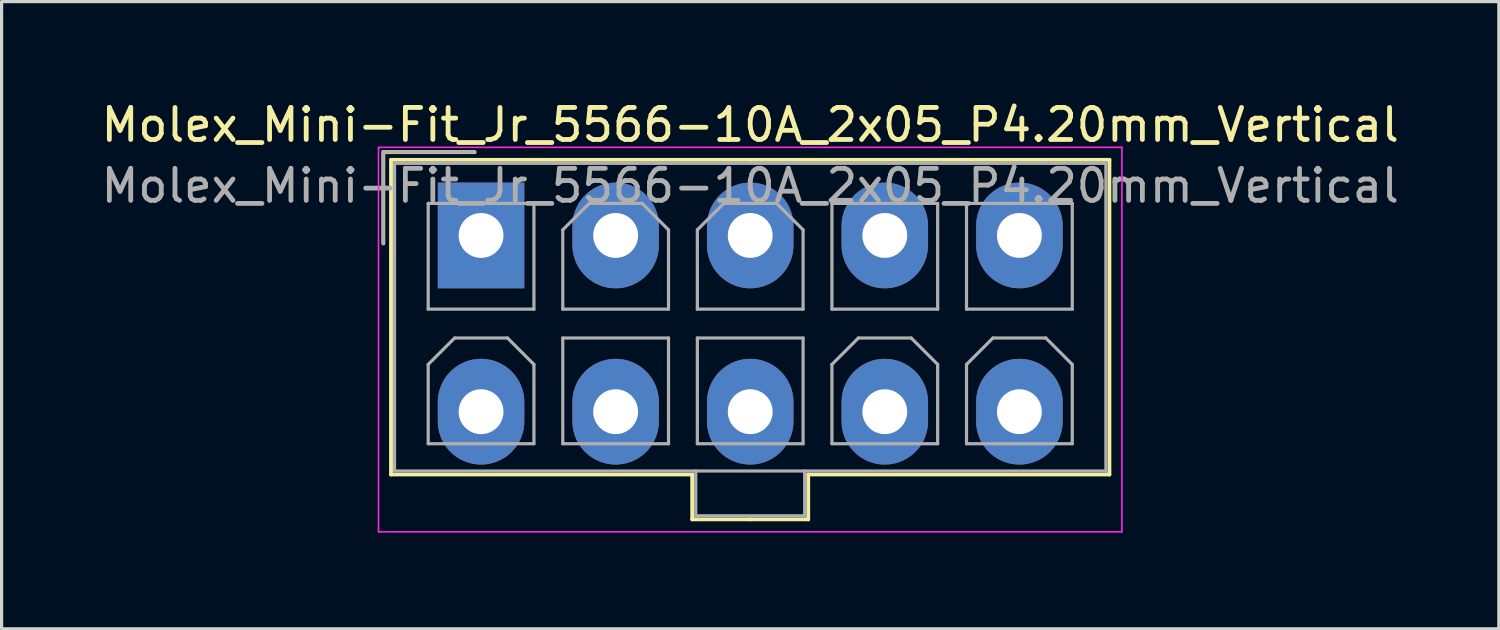
<source format=kicad_pcb>
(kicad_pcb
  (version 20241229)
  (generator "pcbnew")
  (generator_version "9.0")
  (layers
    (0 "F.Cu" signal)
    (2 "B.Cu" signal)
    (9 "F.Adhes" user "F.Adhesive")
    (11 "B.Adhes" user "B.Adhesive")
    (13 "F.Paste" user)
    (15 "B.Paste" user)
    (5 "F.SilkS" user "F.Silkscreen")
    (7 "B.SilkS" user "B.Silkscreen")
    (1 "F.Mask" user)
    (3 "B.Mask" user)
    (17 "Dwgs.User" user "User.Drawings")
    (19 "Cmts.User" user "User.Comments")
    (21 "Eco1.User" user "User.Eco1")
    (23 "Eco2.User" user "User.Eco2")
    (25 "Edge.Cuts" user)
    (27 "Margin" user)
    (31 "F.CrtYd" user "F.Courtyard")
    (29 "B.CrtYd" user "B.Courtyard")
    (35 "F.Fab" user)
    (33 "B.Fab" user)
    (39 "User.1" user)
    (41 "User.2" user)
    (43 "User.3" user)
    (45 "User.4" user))
  (footprint "Molex_Mini-Fit_Jr_5566-10A_2x05_P4.20mm_Vertical"
    (layer "F.Cu")
    (at 11.963 4.298)
    (property "Reference" "Molex_Mini-Fit_Jr_5566-10A_2x05_P4.20mm_Vertical" (at 8.4 -3.45 0) (layer "F.SilkS") (effects (font (size 1 1) (thickness 0.15))))
    (attr through_hole)
    (fp_line (start -3.05 -2.6) (end -3.05 0.25) (stroke (width 0.12) (type solid)) (layer "F.SilkS"))
    (fp_line (start -2.81 -2.36) (end -2.81 7.46) (stroke (width 0.12) (type solid)) (layer "F.SilkS"))
    (fp_line (start -2.81 7.46) (end 6.59 7.46) (stroke (width 0.12) (type solid)) (layer "F.SilkS"))
    (fp_line (start -0.2 -2.6) (end -3.05 -2.6) (stroke (width 0.12) (type solid)) (layer "F.SilkS"))
    (fp_line (start 6.59 7.46) (end 6.59 8.86) (stroke (width 0.12) (type solid)) (layer "F.SilkS"))
    (fp_line (start 6.59 8.86) (end 8.4 8.86) (stroke (width 0.12) (type solid)) (layer "F.SilkS"))
    (fp_line (start 8.4 -2.36) (end -2.81 -2.36) (stroke (width 0.12) (type solid)) (layer "F.SilkS"))
    (fp_line (start 8.4 -2.36) (end 19.61 -2.36) (stroke (width 0.12) (type solid)) (layer "F.SilkS"))
    (fp_line (start 10.21 7.46) (end 10.21 8.86) (stroke (width 0.12) (type solid)) (layer "F.SilkS"))
    (fp_line (start 10.21 8.86) (end 8.4 8.86) (stroke (width 0.12) (type solid)) (layer "F.SilkS"))
    (fp_line (start 19.61 -2.36) (end 19.61 7.46) (stroke (width 0.12) (type solid)) (layer "F.SilkS"))
    (fp_line (start 19.61 7.46) (end 10.21 7.46) (stroke (width 0.12) (type solid)) (layer "F.SilkS"))
    (fp_line (start -3.2 -2.75) (end -3.2 9.25) (stroke (width 0.05) (type solid)) (layer "F.CrtYd"))
    (fp_line (start -3.2 9.25) (end 20 9.25) (stroke (width 0.05) (type solid)) (layer "F.CrtYd"))
    (fp_line (start 20 -2.75) (end -3.2 -2.75) (stroke (width 0.05) (type solid)) (layer "F.CrtYd"))
    (fp_line (start 20 9.25) (end 20 -2.75) (stroke (width 0.05) (type solid)) (layer "F.CrtYd"))
    (fp_line (start -3.05 -2.6) (end -3.05 0.25) (stroke (width 0.1) (type solid)) (layer "F.Fab"))
    (fp_line (start -2.7 -2.25) (end -2.7 7.35) (stroke (width 0.1) (type solid)) (layer "F.Fab"))
    (fp_line (start -2.7 7.35) (end 19.5 7.35) (stroke (width 0.1) (type solid)) (layer "F.Fab"))
    (fp_line (start -1.65 -1) (end -1.65 2.3) (stroke (width 0.1) (type solid)) (layer "F.Fab"))
    (fp_line (start -1.65 2.3) (end 1.65 2.3) (stroke (width 0.1) (type solid)) (layer "F.Fab"))
    (fp_line (start -1.65 4.025) (end -0.825 3.2) (stroke (width 0.1) (type solid)) (layer "F.Fab"))
    (fp_line (start -1.65 6.5) (end -1.65 4.025) (stroke (width 0.1) (type solid)) (layer "F.Fab"))
    (fp_line (start -0.825 3.2) (end 0.825 3.2) (stroke (width 0.1) (type solid)) (layer "F.Fab"))
    (fp_line (start -0.2 -2.6) (end -3.05 -2.6) (stroke (width 0.1) (type solid)) (layer "F.Fab"))
    (fp_line (start 0.825 3.2) (end 1.65 4.025) (stroke (width 0.1) (type solid)) (layer "F.Fab"))
    (fp_line (start 1.65 -1) (end -1.65 -1) (stroke (width 0.1) (type solid)) (layer "F.Fab"))
    (fp_line (start 1.65 2.3) (end 1.65 -1) (stroke (width 0.1) (type solid)) (layer "F.Fab"))
    (fp_line (start 1.65 4.025) (end 1.65 6.5) (stroke (width 0.1) (type solid)) (layer "F.Fab"))
    (fp_line (start 1.65 6.5) (end -1.65 6.5) (stroke (width 0.1) (type solid)) (layer "F.Fab"))
    (fp_line (start 2.55 -0.175) (end 3.375 -1) (stroke (width 0.1) (type solid)) (layer "F.Fab"))
    (fp_line (start 2.55 2.3) (end 2.55 -0.175) (stroke (width 0.1) (type solid)) (layer "F.Fab"))
    (fp_line (start 2.55 3.2) (end 2.55 6.5) (stroke (width 0.1) (type solid)) (layer "F.Fab"))
    (fp_line (start 2.55 6.5) (end 5.85 6.5) (stroke (width 0.1) (type solid)) (layer "F.Fab"))
    (fp_line (start 3.375 -1) (end 5.025 -1) (stroke (width 0.1) (type solid)) (layer "F.Fab"))
    (fp_line (start 5.025 -1) (end 5.85 -0.175) (stroke (width 0.1) (type solid)) (layer "F.Fab"))
    (fp_line (start 5.85 -0.175) (end 5.85 2.3) (stroke (width 0.1) (type solid)) (layer "F.Fab"))
    (fp_line (start 5.85 2.3) (end 2.55 2.3) (stroke (width 0.1) (type solid)) (layer "F.Fab"))
    (fp_line (start 5.85 3.2) (end 2.55 3.2) (stroke (width 0.1) (type solid)) (layer "F.Fab"))
    (fp_line (start 5.85 6.5) (end 5.85 3.2) (stroke (width 0.1) (type solid)) (layer "F.Fab"))
    (fp_line (start 6.7 7.35) (end 6.7 8.75) (stroke (width 0.1) (type solid)) (layer "F.Fab"))
    (fp_line (start 6.7 8.75) (end 10.1 8.75) (stroke (width 0.1) (type solid)) (layer "F.Fab"))
    (fp_line (start 6.75 -0.175) (end 7.575 -1) (stroke (width 0.1) (type solid)) (layer "F.Fab"))
    (fp_line (start 6.75 2.3) (end 6.75 -0.175) (stroke (width 0.1) (type solid)) (layer "F.Fab"))
    (fp_line (start 6.75 3.2) (end 6.75 6.5) (stroke (width 0.1) (type solid)) (layer "F.Fab"))
    (fp_line (start 6.75 6.5) (end 10.05 6.5) (stroke (width 0.1) (type solid)) (layer "F.Fab"))
    (fp_line (start 7.575 -1) (end 9.225 -1) (stroke (width 0.1) (type solid)) (layer "F.Fab"))
    (fp_line (start 9.225 -1) (end 10.05 -0.175) (stroke (width 0.1) (type solid)) (layer "F.Fab"))
    (fp_line (start 10.05 -0.175) (end 10.05 2.3) (stroke (width 0.1) (type solid)) (layer "F.Fab"))
    (fp_line (start 10.05 2.3) (end 6.75 2.3) (stroke (width 0.1) (type solid)) (layer "F.Fab"))
    (fp_line (start 10.05 3.2) (end 6.75 3.2) (stroke (width 0.1) (type solid)) (layer "F.Fab"))
    (fp_line (start 10.05 6.5) (end 10.05 3.2) (stroke (width 0.1) (type solid)) (layer "F.Fab"))
    (fp_line (start 10.1 8.75) (end 10.1 7.35) (stroke (width 0.1) (type solid)) (layer "F.Fab"))
    (fp_line (start 10.95 -1) (end 10.95 2.3) (stroke (width 0.1) (type solid)) (layer "F.Fab"))
    (fp_line (start 10.95 2.3) (end 14.25 2.3) (stroke (width 0.1) (type solid)) (layer "F.Fab"))
    (fp_line (start 10.95 4.025) (end 11.775 3.2) (stroke (width 0.1) (type solid)) (layer "F.Fab"))
    (fp_line (start 10.95 6.5) (end 10.95 4.025) (stroke (width 0.1) (type solid)) (layer "F.Fab"))
    (fp_line (start 11.775 3.2) (end 13.425 3.2) (stroke (width 0.1) (type solid)) (layer "F.Fab"))
    (fp_line (start 13.425 3.2) (end 14.25 4.025) (stroke (width 0.1) (type solid)) (layer "F.Fab"))
    (fp_line (start 14.25 -1) (end 10.95 -1) (stroke (width 0.1) (type solid)) (layer "F.Fab"))
    (fp_line (start 14.25 2.3) (end 14.25 -1) (stroke (width 0.1) (type solid)) (layer "F.Fab"))
    (fp_line (start 14.25 4.025) (end 14.25 6.5) (stroke (width 0.1) (type solid)) (layer "F.Fab"))
    (fp_line (start 14.25 6.5) (end 10.95 6.5) (stroke (width 0.1) (type solid)) (layer "F.Fab"))
    (fp_line (start 15.15 -1) (end 15.15 2.3) (stroke (width 0.1) (type solid)) (layer "F.Fab"))
    (fp_line (start 15.15 2.3) (end 18.45 2.3) (stroke (width 0.1) (type solid)) (layer "F.Fab"))
    (fp_line (start 15.15 4.025) (end 15.975 3.2) (stroke (width 0.1) (type solid)) (layer "F.Fab"))
    (fp_line (start 15.15 6.5) (end 15.15 4.025) (stroke (width 0.1) (type solid)) (layer "F.Fab"))
    (fp_line (start 15.975 3.2) (end 17.625 3.2) (stroke (width 0.1) (type solid)) (layer "F.Fab"))
    (fp_line (start 17.625 3.2) (end 18.45 4.025) (stroke (width 0.1) (type solid)) (layer "F.Fab"))
    (fp_line (start 18.45 -1) (end 15.15 -1) (stroke (width 0.1) (type solid)) (layer "F.Fab"))
    (fp_line (start 18.45 2.3) (end 18.45 -1) (stroke (width 0.1) (type solid)) (layer "F.Fab"))
    (fp_line (start 18.45 4.025) (end 18.45 6.5) (stroke (width 0.1) (type solid)) (layer "F.Fab"))
    (fp_line (start 18.45 6.5) (end 15.15 6.5) (stroke (width 0.1) (type solid)) (layer "F.Fab"))
    (fp_line (start 19.5 -2.25) (end -2.7 -2.25) (stroke (width 0.1) (type solid)) (layer "F.Fab"))
    (fp_line (start 19.5 7.35) (end 19.5 -2.25) (stroke (width 0.1) (type solid)) (layer "F.Fab"))
    (fp_text user "${REFERENCE}" (at 8.4 -1.55 0) (layer "F.Fab") (effects (font (size 1 1) (thickness 0.15))))
    (pad "1" thru_hole rect (at 0 0) (size 2.7 3.3) (drill 1.4) (layers "*.Cu" "*.Mask"))
    (pad "2" thru_hole oval (at 4.2 0) (size 2.7 3.3) (drill 1.4) (layers "*.Cu" "*.Mask"))
    (pad "3" thru_hole oval (at 8.4 0) (size 2.7 3.3) (drill 1.4) (layers "*.Cu" "*.Mask"))
    (pad "4" thru_hole oval (at 12.6 0) (size 2.7 3.3) (drill 1.4) (layers "*.Cu" "*.Mask"))
    (pad "5" thru_hole oval (at 16.8 0) (size 2.7 3.3) (drill 1.4) (layers "*.Cu" "*.Mask"))
    (pad "6" thru_hole oval (at 0 5.5) (size 2.7 3.3) (drill 1.4) (layers "*.Cu" "*.Mask"))
    (pad "7" thru_hole oval (at 4.2 5.5) (size 2.7 3.3) (drill 1.4) (layers "*.Cu" "*.Mask"))
    (pad "8" thru_hole oval (at 8.4 5.5) (size 2.7 3.3) (drill 1.4) (layers "*.Cu" "*.Mask"))
    (pad "9" thru_hole oval (at 12.6 5.5) (size 2.7 3.3) (drill 1.4) (layers "*.Cu" "*.Mask"))
    (pad "10" thru_hole oval (at 16.8 5.5) (size 2.7 3.3) (drill 1.4) (layers "*.Cu" "*.Mask")))
  (gr_rect
    (start -3 -3)
    (end 43.726 16.573)
    (stroke (width 0.1) (type default))
    (fill no)
    (layer "Edge.Cuts")))
</source>
